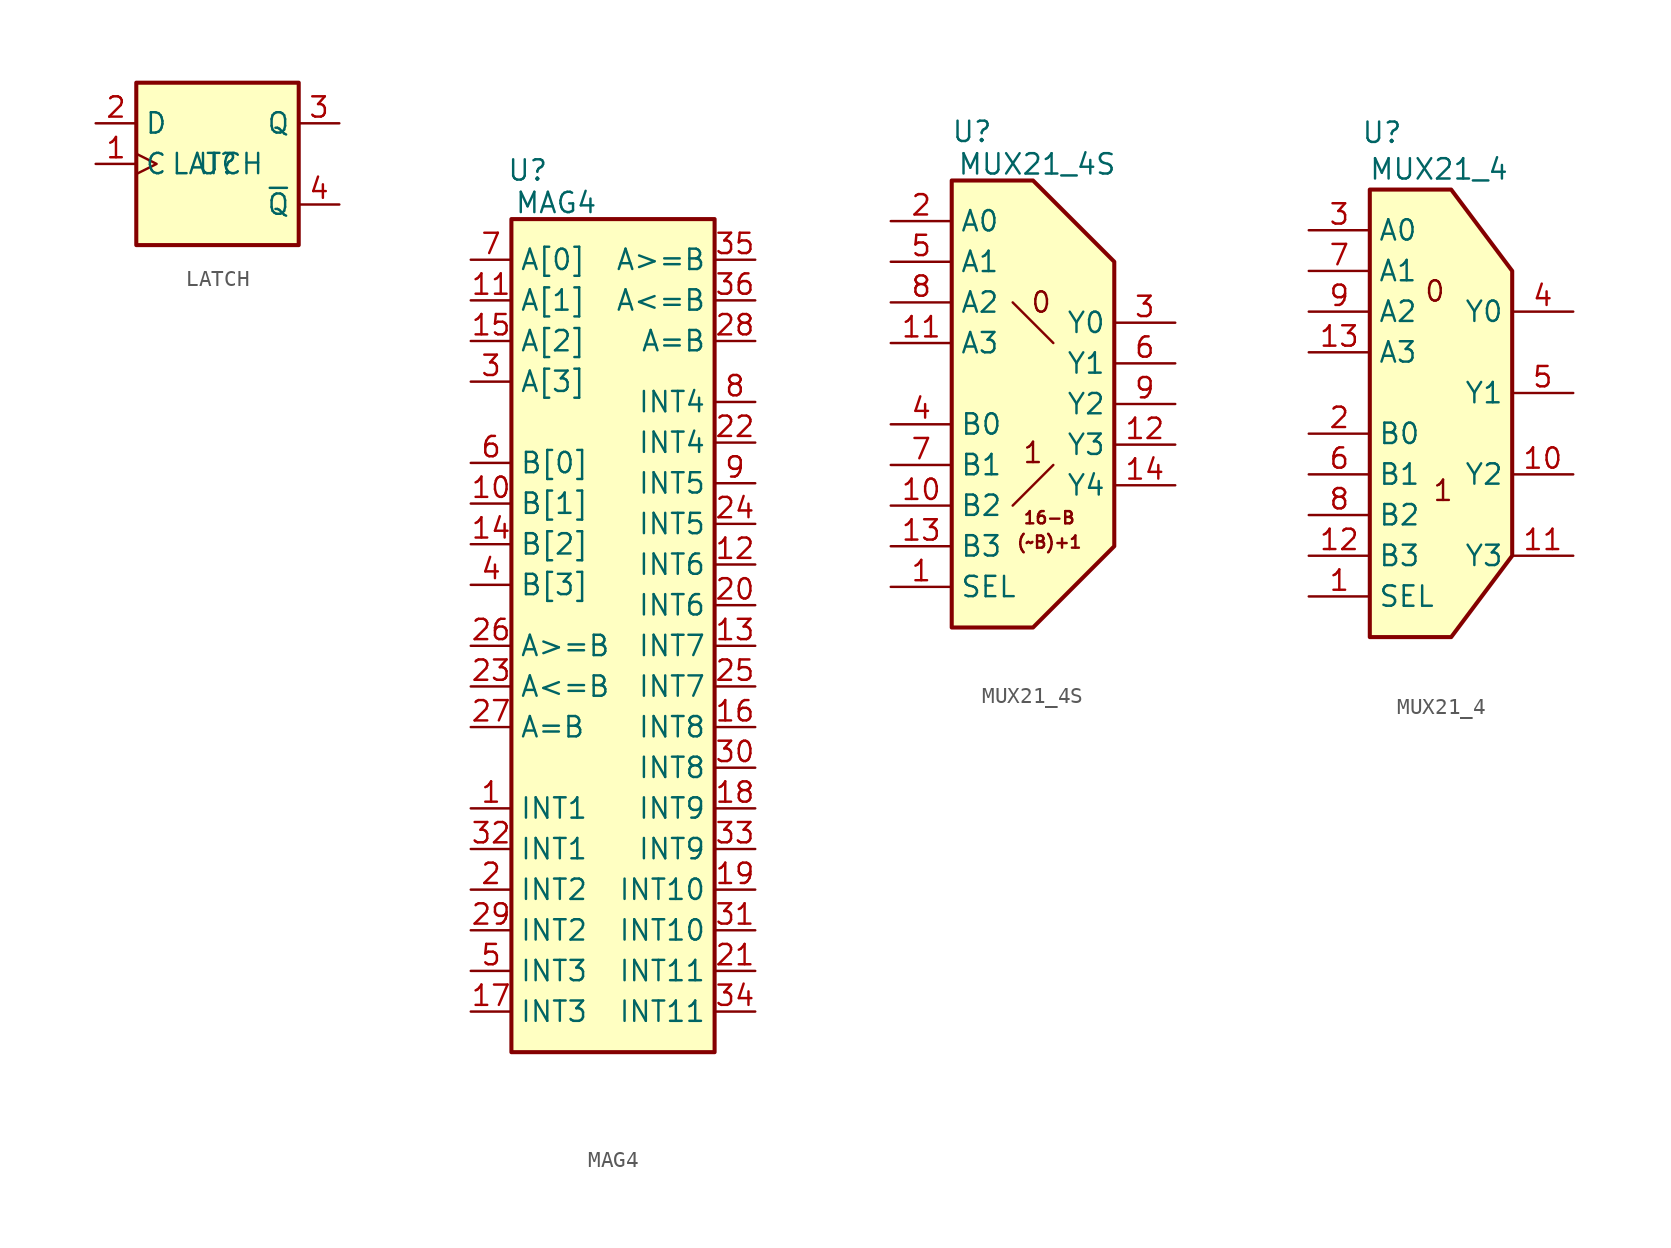
<source format=kicad_sym>
(kicad_symbol_lib
  (version 20231120)
  (generator "kicad_symbol_editor")
  (generator_version "8.0")
  (symbol "LATCH"
    (property "Reference" "U"
      (at 0 0 0)
      (effects (font (size 1.27 1.27))))
    (property "Value" "LATCH"
      (at 0 0 0)
      (effects (font (size 1.27 1.27))))
    (symbol "LATCH_1_0"
      (pin input clock (at -7.62 0 0) (length 2.54) (name "C" (effects (font (size 1.27 1.27)))) (number "1" (effects (font (size 1.27 1.27)))))
      (pin input line (at -7.62 2.54 0) (length 2.54) (name "D" (effects (font (size 1.27 1.27)))) (number "2" (effects (font (size 1.27 1.27)))))
      (pin output line (at 7.62 2.54 180) (length 2.54) (name "Q" (effects (font (size 1.27 1.27)))) (number "3" (effects (font (size 1.27 1.27)))))
      (pin output line (at 7.62 -2.54 180) (length 2.54) (name "~{Q}" (effects (font (size 1.27 1.27)))) (number "4" (effects (font (size 1.27 1.27))))))
    (symbol "LATCH_1_1"
      (rectangle (start -5.08 5.08) (end 5.08 -5.08) (stroke (width 0.254) (type default)) (fill (type background)))))
  (symbol "MAG4"
    (property "Reference" "U"
      (at 1.016 3.048 0)
      (effects (font (size 1.27 1.27))))
    (property "Value" "MAG4"
      (at 2.794 1.016 0)
      (effects (font (size 1.27 1.27))))
    (symbol "MAG4_1_1"
      (rectangle (start 0 0) (end 12.7 -52.07) (stroke (width 0.254) (type default)) (fill (type background)))
      (pin output line (at -2.54 -36.83 0) (length 2.54) (name "INT1" (effects (font (size 1.27 1.27)))) (number "1" (effects (font (size 1.27 1.27)))))
      (pin input line (at -2.54 -17.78 0) (length 2.54) (name "B[1]" (effects (font (size 1.27 1.27)))) (number "10" (effects (font (size 1.27 1.27)))))
      (pin input line (at -2.54 -5.08 0) (length 2.54) (name "A[1]" (effects (font (size 1.27 1.27)))) (number "11" (effects (font (size 1.27 1.27)))))
      (pin output line (at 15.24 -21.59 180) (length 2.54) (name "INT6" (effects (font (size 1.27 1.27)))) (number "12" (effects (font (size 1.27 1.27)))))
      (pin output line (at 15.24 -26.67 180) (length 2.54) (name "INT7" (effects (font (size 1.27 1.27)))) (number "13" (effects (font (size 1.27 1.27)))))
      (pin input line (at -2.54 -20.32 0) (length 2.54) (name "B[2]" (effects (font (size 1.27 1.27)))) (number "14" (effects (font (size 1.27 1.27)))))
      (pin input line (at -2.54 -7.62 0) (length 2.54) (name "A[2]" (effects (font (size 1.27 1.27)))) (number "15" (effects (font (size 1.27 1.27)))))
      (pin output line (at 15.24 -31.75 180) (length 2.54) (name "INT8" (effects (font (size 1.27 1.27)))) (number "16" (effects (font (size 1.27 1.27)))))
      (pin input line (at -2.54 -49.53 0) (length 2.54) (name "INT3" (effects (font (size 1.27 1.27)))) (number "17" (effects (font (size 1.27 1.27)))))
      (pin output line (at 15.24 -36.83 180) (length 2.54) (name "INT9" (effects (font (size 1.27 1.27)))) (number "18" (effects (font (size 1.27 1.27)))))
      (pin output line (at 15.24 -41.91 180) (length 2.54) (name "INT10" (effects (font (size 1.27 1.27)))) (number "19" (effects (font (size 1.27 1.27)))))
      (pin output line (at -2.54 -41.91 0) (length 2.54) (name "INT2" (effects (font (size 1.27 1.27)))) (number "2" (effects (font (size 1.27 1.27)))))
      (pin input line (at 15.24 -24.13 180) (length 2.54) (name "INT6" (effects (font (size 1.27 1.27)))) (number "20" (effects (font (size 1.27 1.27)))))
      (pin output line (at 15.24 -46.99 180) (length 2.54) (name "INT11" (effects (font (size 1.27 1.27)))) (number "21" (effects (font (size 1.27 1.27)))))
      (pin input line (at 15.24 -13.97 180) (length 2.54) (name "INT4" (effects (font (size 1.27 1.27)))) (number "22" (effects (font (size 1.27 1.27)))))
      (pin input line (at -2.54 -29.21 0) (length 2.54) (name "A<=B" (effects (font (size 1.27 1.27)))) (number "23" (effects (font (size 1.27 1.27)))))
      (pin input line (at 15.24 -19.05 180) (length 2.54) (name "INT5" (effects (font (size 1.27 1.27)))) (number "24" (effects (font (size 1.27 1.27)))))
      (pin input line (at 15.24 -29.21 180) (length 2.54) (name "INT7" (effects (font (size 1.27 1.27)))) (number "25" (effects (font (size 1.27 1.27)))))
      (pin input line (at -2.54 -26.67 0) (length 2.54) (name "A>=B" (effects (font (size 1.27 1.27)))) (number "26" (effects (font (size 1.27 1.27)))))
      (pin input line (at -2.54 -31.75 0) (length 2.54) (name "A=B" (effects (font (size 1.27 1.27)))) (number "27" (effects (font (size 1.27 1.27)))))
      (pin output line (at 15.24 -7.62 180) (length 2.54) (name "A=B" (effects (font (size 1.27 1.27)))) (number "28" (effects (font (size 1.27 1.27)))))
      (pin input line (at -2.54 -44.45 0) (length 2.54) (name "INT2" (effects (font (size 1.27 1.27)))) (number "29" (effects (font (size 1.27 1.27)))))
      (pin input line (at -2.54 -10.16 0) (length 2.54) (name "A[3]" (effects (font (size 1.27 1.27)))) (number "3" (effects (font (size 1.27 1.27)))))
      (pin input line (at 15.24 -34.29 180) (length 2.54) (name "INT8" (effects (font (size 1.27 1.27)))) (number "30" (effects (font (size 1.27 1.27)))))
      (pin input line (at 15.24 -44.45 180) (length 2.54) (name "INT10" (effects (font (size 1.27 1.27)))) (number "31" (effects (font (size 1.27 1.27)))))
      (pin input line (at -2.54 -39.37 0) (length 2.54) (name "INT1" (effects (font (size 1.27 1.27)))) (number "32" (effects (font (size 1.27 1.27)))))
      (pin input line (at 15.24 -39.37 180) (length 2.54) (name "INT9" (effects (font (size 1.27 1.27)))) (number "33" (effects (font (size 1.27 1.27)))))
      (pin input line (at 15.24 -49.53 180) (length 2.54) (name "INT11" (effects (font (size 1.27 1.27)))) (number "34" (effects (font (size 1.27 1.27)))))
      (pin output line (at 15.24 -2.54 180) (length 2.54) (name "A>=B" (effects (font (size 1.27 1.27)))) (number "35" (effects (font (size 1.27 1.27)))))
      (pin output line (at 15.24 -5.08 180) (length 2.54) (name "A<=B" (effects (font (size 1.27 1.27)))) (number "36" (effects (font (size 1.27 1.27)))))
      (pin input line (at -2.54 -22.86 0) (length 2.54) (name "B[3]" (effects (font (size 1.27 1.27)))) (number "4" (effects (font (size 1.27 1.27)))))
      (pin output line (at -2.54 -46.99 0) (length 2.54) (name "INT3" (effects (font (size 1.27 1.27)))) (number "5" (effects (font (size 1.27 1.27)))))
      (pin input line (at -2.54 -15.24 0) (length 2.54) (name "B[0]" (effects (font (size 1.27 1.27)))) (number "6" (effects (font (size 1.27 1.27)))))
      (pin input line (at -2.54 -2.54 0) (length 2.54) (name "A[0]" (effects (font (size 1.27 1.27)))) (number "7" (effects (font (size 1.27 1.27)))))
      (pin output line (at 15.24 -11.43 180) (length 2.54) (name "INT4" (effects (font (size 1.27 1.27)))) (number "8" (effects (font (size 1.27 1.27)))))
      (pin output line (at 15.24 -16.51 180) (length 2.54) (name "INT5" (effects (font (size 1.27 1.27)))) (number "9" (effects (font (size 1.27 1.27)))))))
  (symbol "MUX21_4S"
    (property "Reference" "U"
      (at 1.27 3.048 0)
      (effects (font (size 1.27 1.27))))
    (property "Value" "MUX21_4S"
      (at 5.334 1.016 0)
      (effects (font (size 1.27 1.27))))
    (symbol "MUX21_4S_0_1"
      (polyline (pts (xy 3.81 -7.62) (xy 6.35 -10.16)) (stroke (width 0) (type default)) (fill (type none))))
    (symbol "MUX21_4S_1_1"
      (polyline (pts (xy 3.81 -20.32) (xy 6.35 -17.78)) (stroke (width 0) (type default)) (fill (type none)))
      (polyline (pts (xy 0 0) (xy 0 -27.94) (xy 5.08 -27.94) (xy 10.16 -22.86) (xy 10.16 -5.08) (xy 5.08 0) (xy 0 0)) (stroke (width 0.254) (type default)) (fill (type background)))
      (text "(~B)+1" (at 6.096 -22.606 0) (effects (font (size 0.762 0.762))))
      (text "0" (at 5.588 -7.62 0) (effects (font (size 1.27 1.27))))
      (text "1" (at 5.08 -17.018 0) (effects (font (size 1.27 1.27))))
      (text "16-B" (at 6.096 -21.082 0) (effects (font (size 0.762 0.762))))
      (pin input line (at -3.81 -25.4 0) (length 3.81) (name "SEL" (effects (font (size 1.27 1.27)))) (number "1" (effects (font (size 1.27 1.27)))))
      (pin input line (at -3.81 -20.32 0) (length 3.81) (name "B2" (effects (font (size 1.27 1.27)))) (number "10" (effects (font (size 1.27 1.27)))))
      (pin input line (at -3.81 -10.16 0) (length 3.81) (name "A3" (effects (font (size 1.27 1.27)))) (number "11" (effects (font (size 1.27 1.27)))))
      (pin output line (at 13.97 -16.51 180) (length 3.81) (name "Y3" (effects (font (size 1.27 1.27)))) (number "12" (effects (font (size 1.27 1.27)))))
      (pin input line (at -3.81 -22.86 0) (length 3.81) (name "B3" (effects (font (size 1.27 1.27)))) (number "13" (effects (font (size 1.27 1.27)))))
      (pin output line (at 13.97 -19.05 180) (length 3.81) (name "Y4" (effects (font (size 1.27 1.27)))) (number "14" (effects (font (size 1.27 1.27)))))
      (pin input line (at -3.81 -2.54 0) (length 3.81) (name "A0" (effects (font (size 1.27 1.27)))) (number "2" (effects (font (size 1.27 1.27)))))
      (pin output line (at 13.97 -8.89 180) (length 3.81) (name "Y0" (effects (font (size 1.27 1.27)))) (number "3" (effects (font (size 1.27 1.27)))))
      (pin input line (at -3.81 -15.24 0) (length 3.81) (name "B0" (effects (font (size 1.27 1.27)))) (number "4" (effects (font (size 1.27 1.27)))))
      (pin input line (at -3.81 -5.08 0) (length 3.81) (name "A1" (effects (font (size 1.27 1.27)))) (number "5" (effects (font (size 1.27 1.27)))))
      (pin output line (at 13.97 -11.43 180) (length 3.81) (name "Y1" (effects (font (size 1.27 1.27)))) (number "6" (effects (font (size 1.27 1.27)))))
      (pin input line (at -3.81 -17.78 0) (length 3.81) (name "B1" (effects (font (size 1.27 1.27)))) (number "7" (effects (font (size 1.27 1.27)))))
      (pin input line (at -3.81 -7.62 0) (length 3.81) (name "A2" (effects (font (size 1.27 1.27)))) (number "8" (effects (font (size 1.27 1.27)))))
      (pin output line (at 13.97 -13.97 180) (length 3.81) (name "Y2" (effects (font (size 1.27 1.27)))) (number "9" (effects (font (size 1.27 1.27)))))))
  (symbol "MUX21_4"
    (property "Reference" "U"
      (at 0.762 3.556 0)
      (effects (font (size 1.27 1.27))))
    (property "Value" "MUX21_4"
      (at 4.318 1.27 0)
      (effects (font (size 1.27 1.27))))
    (symbol "MUX21_4_1_1"
      (polyline (pts (xy 0 0) (xy 0 -27.94) (xy 5.08 -27.94) (xy 8.89 -22.86) (xy 8.89 -5.08) (xy 5.08 0) (xy 0 0)) (stroke (width 0.254) (type default)) (fill (type background)))
      (text "0" (at 4.064 -6.35 0) (effects (font (size 1.27 1.27))))
      (text "1" (at 4.572 -18.796 0) (effects (font (size 1.27 1.27))))
      (pin input line (at -3.81 -25.4 0) (length 3.81) (name "SEL" (effects (font (size 1.27 1.27)))) (number "1" (effects (font (size 1.27 1.27)))))
      (pin output line (at 12.7 -17.78 180) (length 3.81) (name "Y2" (effects (font (size 1.27 1.27)))) (number "10" (effects (font (size 1.27 1.27)))))
      (pin output line (at 12.7 -22.86 180) (length 3.81) (name "Y3" (effects (font (size 1.27 1.27)))) (number "11" (effects (font (size 1.27 1.27)))))
      (pin input line (at -3.81 -22.86 0) (length 3.81) (name "B3" (effects (font (size 1.27 1.27)))) (number "12" (effects (font (size 1.27 1.27)))))
      (pin input line (at -3.81 -10.16 0) (length 3.81) (name "A3" (effects (font (size 1.27 1.27)))) (number "13" (effects (font (size 1.27 1.27)))))
      (pin input line (at -3.81 -15.24 0) (length 3.81) (name "B0" (effects (font (size 1.27 1.27)))) (number "2" (effects (font (size 1.27 1.27)))))
      (pin input line (at -3.81 -2.54 0) (length 3.81) (name "A0" (effects (font (size 1.27 1.27)))) (number "3" (effects (font (size 1.27 1.27)))))
      (pin output line (at 12.7 -7.62 180) (length 3.81) (name "Y0" (effects (font (size 1.27 1.27)))) (number "4" (effects (font (size 1.27 1.27)))))
      (pin output line (at 12.7 -12.7 180) (length 3.81) (name "Y1" (effects (font (size 1.27 1.27)))) (number "5" (effects (font (size 1.27 1.27)))))
      (pin input line (at -3.81 -17.78 0) (length 3.81) (name "B1" (effects (font (size 1.27 1.27)))) (number "6" (effects (font (size 1.27 1.27)))))
      (pin input line (at -3.81 -5.08 0) (length 3.81) (name "A1" (effects (font (size 1.27 1.27)))) (number "7" (effects (font (size 1.27 1.27)))))
      (pin input line (at -3.81 -20.32 0) (length 3.81) (name "B2" (effects (font (size 1.27 1.27)))) (number "8" (effects (font (size 1.27 1.27)))))
      (pin input line (at -3.81 -7.62 0) (length 3.81) (name "A2" (effects (font (size 1.27 1.27)))) (number "9" (effects (font (size 1.27 1.27))))))))
</source>
